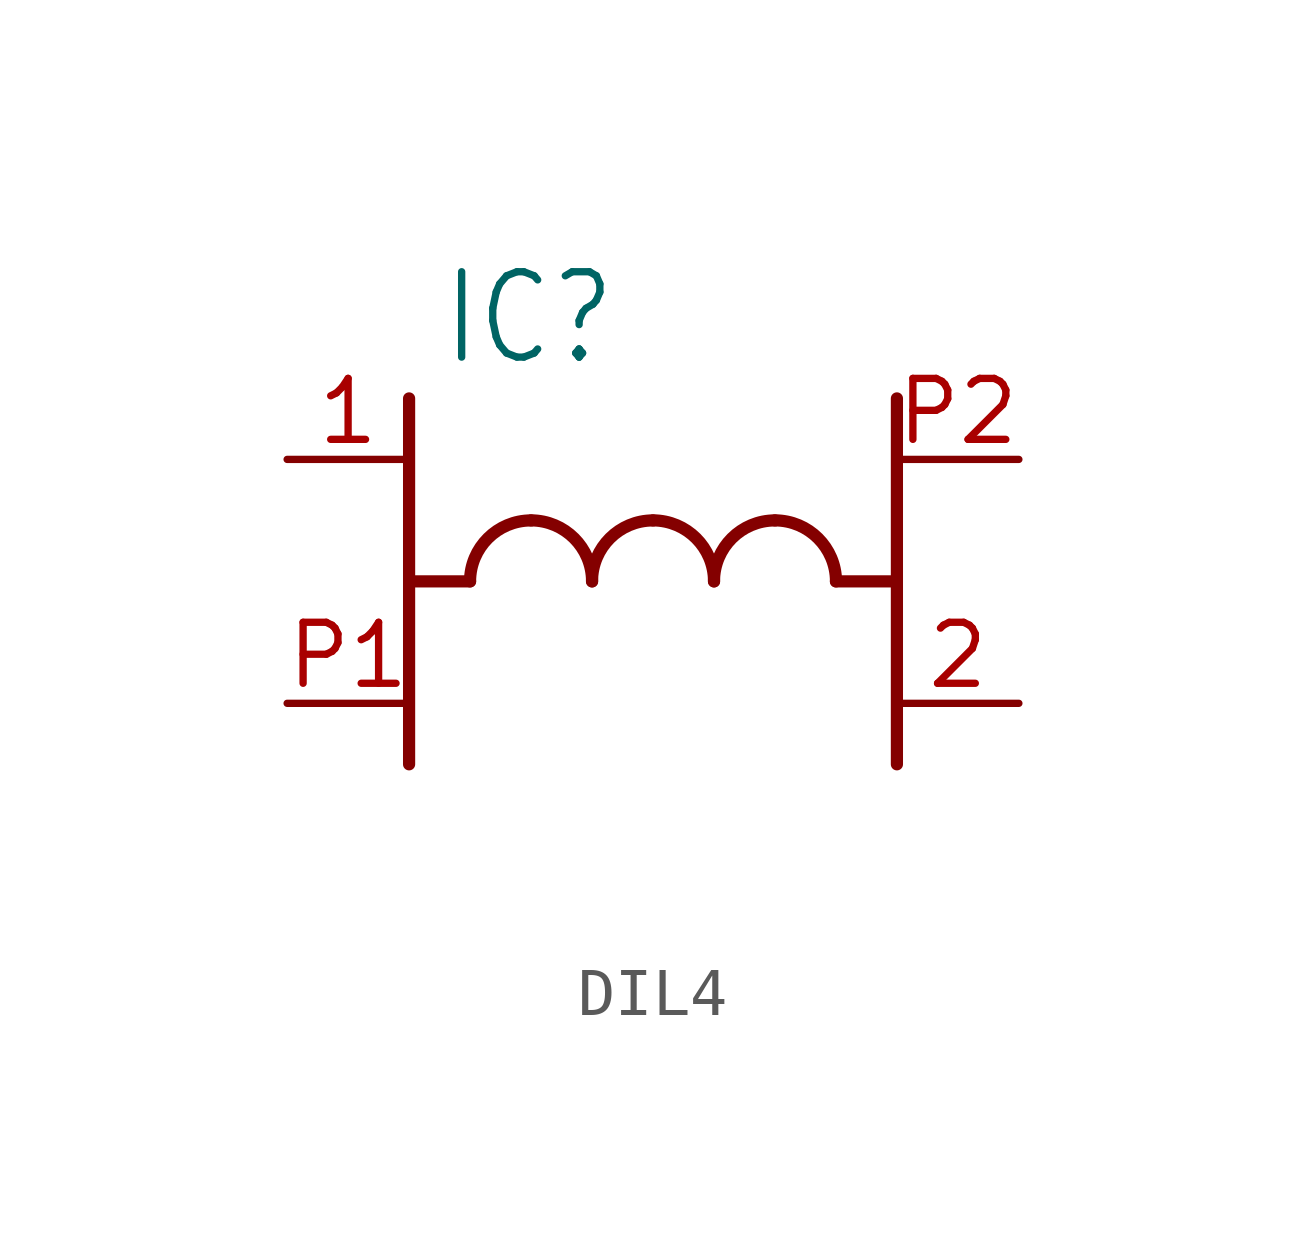
<source format=kicad_sym>
(kicad_symbol_lib
  (version 20220914)
  (generator kicad_symbol_editor)
  (symbol "DIL4"
    (property "Reference" "IC"
      (at -4.445 4.445 0)
      (effects (font (size 1.778 1.511)) (justify left bottom)))
    (property "Value" ""
      (at -4.445 -6.35 0)
      (effects (font (size 1.778 1.511)) (justify left bottom)))
    (property "ki_locked" ""
      (at 0 0 0)
      (effects (font (size 1.27 1.27))))
    (symbol "DIL4_1_0"
      (arc (start -2.54 1.27) (mid -3.438 0.898) (end -3.81 0) (stroke (width 0.254) (type solid)) (fill (type none)))
      (arc (start -1.27 0) (mid -1.642 0.898) (end -2.54 1.27) (stroke (width 0.254) (type solid)) (fill (type none)))
      (polyline (pts (xy -5.08 0) (xy -5.08 -3.81)) (stroke (width 0.254) (type solid)) (fill (type none)))
      (polyline (pts (xy -5.08 0) (xy -3.81 0)) (stroke (width 0.254) (type solid)) (fill (type none)))
      (polyline (pts (xy -5.08 3.81) (xy -5.08 0)) (stroke (width 0.254) (type solid)) (fill (type none)))
      (polyline (pts (xy 3.81 0) (xy 5.08 0)) (stroke (width 0.254) (type solid)) (fill (type none)))
      (polyline (pts (xy 5.08 -3.81) (xy 5.08 0)) (stroke (width 0.254) (type solid)) (fill (type none)))
      (polyline (pts (xy 5.08 0) (xy 5.08 3.81)) (stroke (width 0.254) (type solid)) (fill (type none)))
      (arc (start 0 1.27) (mid -0.898 0.898) (end -1.27 0) (stroke (width 0.254) (type solid)) (fill (type none)))
      (arc (start 1.27 0) (mid 0.898 0.898) (end 0 1.27) (stroke (width 0.254) (type solid)) (fill (type none)))
      (arc (start 2.54 1.27) (mid 1.642 0.898) (end 1.27 0) (stroke (width 0.254) (type solid)) (fill (type none)))
      (arc (start 3.81 0) (mid 3.438 0.898) (end 2.54 1.27) (stroke (width 0.254) (type solid)) (fill (type none)))
      (pin passive line (at -7.62 2.54 0) (length 2.54) (name "1" (effects (font (size 0 0)))) (number "1" (effects (font (size 1.27 1.27)))))
      (pin passive line (at 7.62 -2.54 180) (length 2.54) (name "3" (effects (font (size 0 0)))) (number "2" (effects (font (size 1.27 1.27)))))
      (pin passive line (at -7.62 -2.54 0) (length 2.54) (name "2" (effects (font (size 0 0)))) (number "P1" (effects (font (size 1.27 1.27)))))
      (pin passive line (at 7.62 2.54 180) (length 2.54) (name "4" (effects (font (size 0 0)))) (number "P2" (effects (font (size 1.27 1.27))))))))
</source>
